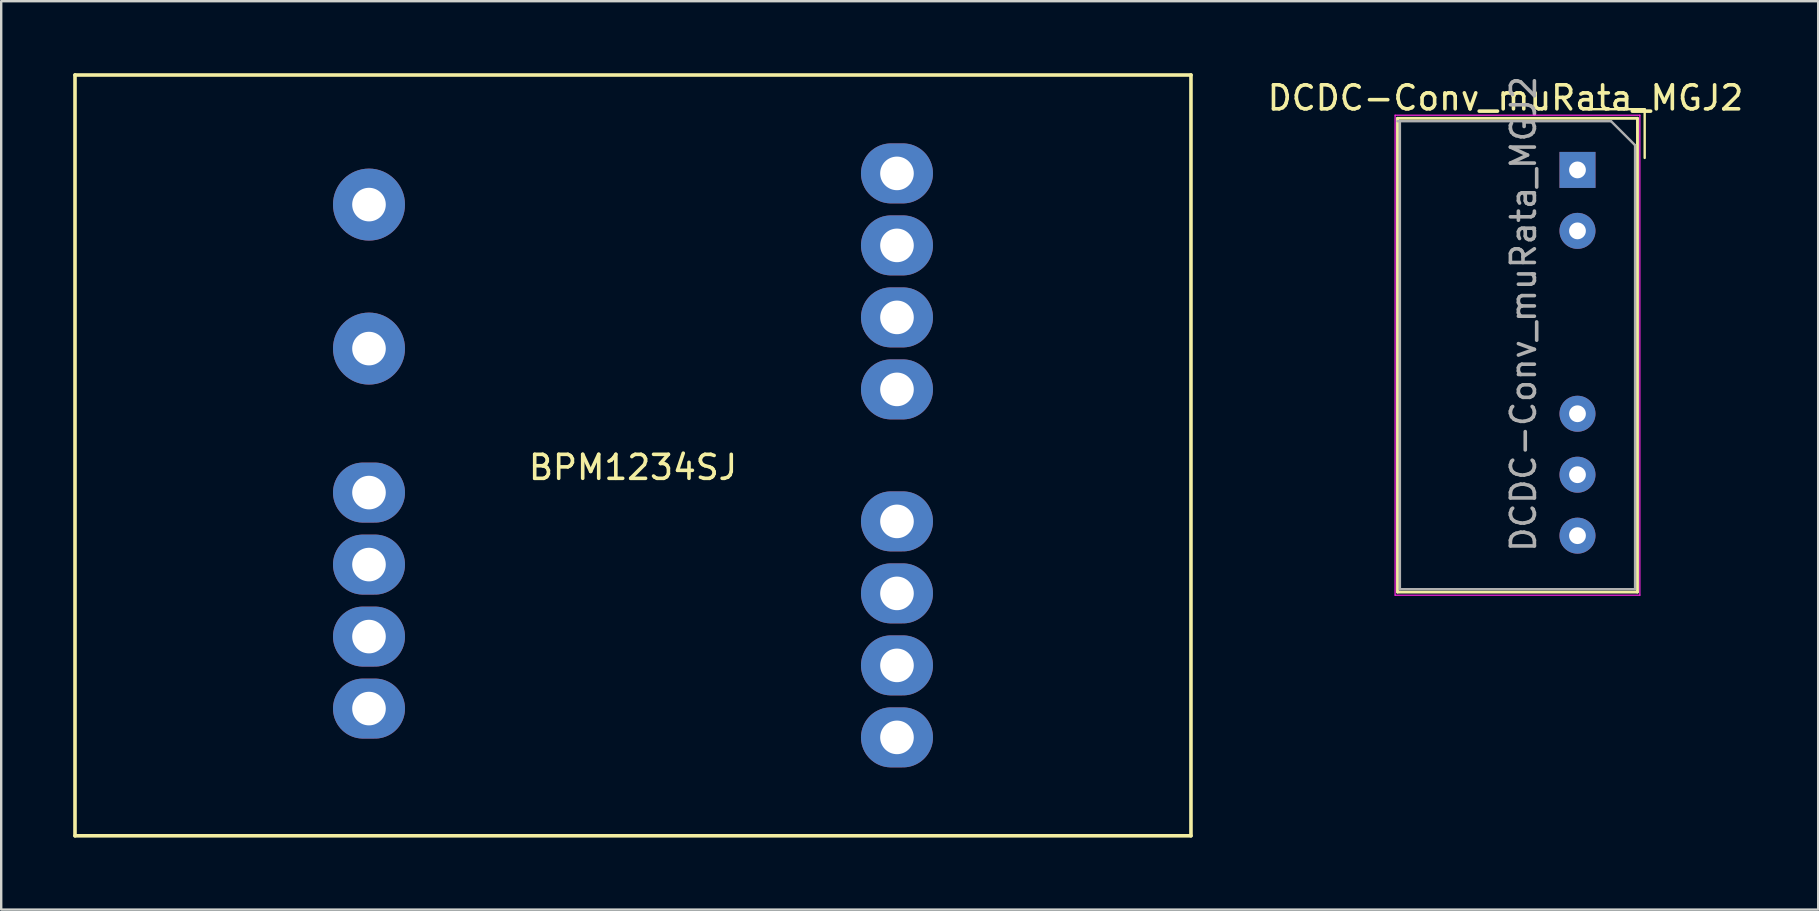
<source format=kicad_pcb>
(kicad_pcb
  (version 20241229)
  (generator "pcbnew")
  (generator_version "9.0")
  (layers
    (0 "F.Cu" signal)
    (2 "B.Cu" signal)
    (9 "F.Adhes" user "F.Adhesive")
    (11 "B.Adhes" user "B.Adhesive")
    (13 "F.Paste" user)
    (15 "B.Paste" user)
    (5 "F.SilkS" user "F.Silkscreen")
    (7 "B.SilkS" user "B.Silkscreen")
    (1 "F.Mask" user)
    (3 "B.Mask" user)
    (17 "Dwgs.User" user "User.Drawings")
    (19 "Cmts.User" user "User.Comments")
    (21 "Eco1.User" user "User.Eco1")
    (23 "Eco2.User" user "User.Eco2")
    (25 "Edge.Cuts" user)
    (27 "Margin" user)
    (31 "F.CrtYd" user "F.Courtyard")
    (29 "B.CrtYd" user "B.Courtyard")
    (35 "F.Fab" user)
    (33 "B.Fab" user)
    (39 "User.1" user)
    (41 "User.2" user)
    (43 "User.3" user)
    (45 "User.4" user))
  (footprint "BPM1234SJ"
    (layer "F.Cu")
    (at 23.325 15.925)
    (property "Reference" "BPM1234SJ" (at 0 0.5 0) (layer "F.SilkS") (effects (font (size 1 1) (thickness 0.15))))
    (attr through_hole)
    (fp_line (start -23.25 -15.85) (end -23.25 15.85) (stroke (width 0.15) (type solid)) (layer "F.SilkS"))
    (fp_line (start -23.25 -15.85) (end 23.25 -15.85) (stroke (width 0.15) (type solid)) (layer "F.SilkS"))
    (fp_line (start -23.25 15.85) (end 23.25 15.85) (stroke (width 0.15) (type solid)) (layer "F.SilkS"))
    (fp_line (start 23.25 15.85) (end 23.25 -15.85) (stroke (width 0.15) (type solid)) (layer "F.SilkS"))
    (pad "1" thru_hole circle (at -11 -10.45 90) (size 3 3) (drill 1.4) (layers "*.Cu" "*.Mask"))
    (pad "2" thru_hole circle (at -11 -4.45 90) (size 3 3) (drill 1.4) (layers "*.Cu" "*.Mask"))
    (pad "3" thru_hole oval (at -11 1.55 90) (size 2.5 3) (drill 1.4) (layers "*.Cu" "*.Mask"))
    (pad "4" thru_hole oval (at -11 10.55 90) (size 2.5 3) (drill 1.4) (layers "*.Cu" "*.Mask"))
    (pad "5" thru_hole oval (at -11 4.55 90) (size 2.5 3) (drill 1.4) (layers "*.Cu" "*.Mask"))
    (pad "6" thru_hole oval (at -11 7.55 90) (size 2.5 3) (drill 1.4) (layers "*.Cu" "*.Mask"))
    (pad "7" thru_hole oval (at 11 11.75 270) (size 2.5 3) (drill 1.4) (layers "*.Cu" "*.Mask"))
    (pad "8" thru_hole oval (at 11 8.75 90) (size 2.5 3) (drill 1.4) (layers "*.Cu" "*.Mask"))
    (pad "9" thru_hole oval (at 11 5.75 90) (size 2.5 3) (drill 1.4) (layers "*.Cu" "*.Mask"))
    (pad "10" thru_hole oval (at 11 2.75 90) (size 2.5 3) (drill 1.4) (layers "*.Cu" "*.Mask"))
    (pad "11" thru_hole oval (at 11 -2.75 90) (size 2.5 3) (drill 1.4) (layers "*.Cu" "*.Mask"))
    (pad "12" thru_hole oval (at 11 -5.75 90) (size 2.5 3) (drill 1.4) (layers "*.Cu" "*.Mask"))
    (pad "13" thru_hole oval (at 11 -8.75 90) (size 2.5 3) (drill 1.4) (layers "*.Cu" "*.Mask"))
    (pad "14" thru_hole oval (at 11 -11.75 90) (size 2.5 3) (drill 1.4) (layers "*.Cu" "*.Mask")))
  (footprint "DCDC-Conv_muRata_MGJ2"
    (layer "F.Cu")
    (at 62.68 4.03)
    (property "Reference" "DCDC-Conv_muRata_MGJ2" (at -3 -3 0) (layer "F.SilkS") (effects (font (size 1 1) (thickness 0.15))))
    (attr through_hole)
    (fp_line (start -7.5 -2.15) (end -7.5 17.59) (stroke (width 0.12) (type solid)) (layer "F.SilkS"))
    (fp_line (start -7.5 17.59) (end 2.5 17.59) (stroke (width 0.12) (type solid)) (layer "F.SilkS"))
    (fp_line (start 2.5 -2.15) (end -7.5 -2.15) (stroke (width 0.12) (type solid)) (layer "F.SilkS"))
    (fp_line (start 2.5 17.59) (end 2.5 -2.15) (stroke (width 0.12) (type solid)) (layer "F.SilkS"))
    (fp_line (start 2.8 -2.53) (end 0.5 -2.53) (stroke (width 0.1) (type solid)) (layer "F.SilkS"))
    (fp_line (start 2.8 -2.53) (end 2.8 -0.5) (stroke (width 0.1) (type solid)) (layer "F.SilkS"))
    (fp_line (start -7.6 -2.28) (end -7.6 17.72) (stroke (width 0.05) (type solid)) (layer "F.CrtYd"))
    (fp_line (start -7.6 17.72) (end 2.6 17.72) (stroke (width 0.05) (type solid)) (layer "F.CrtYd"))
    (fp_line (start 2.6 -2.28) (end -7.6 -2.28) (stroke (width 0.05) (type solid)) (layer "F.CrtYd"))
    (fp_line (start 2.6 17.72) (end 2.6 -2.28) (stroke (width 0.05) (type solid)) (layer "F.CrtYd"))
    (fp_line (start -7.4 -2.03) (end -7.4 17.47) (stroke (width 0.1) (type solid)) (layer "F.Fab"))
    (fp_line (start -7.4 17.47) (end 2.4 17.47) (stroke (width 0.1) (type solid)) (layer "F.Fab"))
    (fp_line (start 1.4 -2.03) (end -7.5 -2.03) (stroke (width 0.1) (type solid)) (layer "F.Fab"))
    (fp_line (start 1.4 -2.03) (end 2.4 -1.03) (stroke (width 0.1) (type solid)) (layer "F.Fab"))
    (fp_line (start 2.4 17.47) (end 2.4 -1.03) (stroke (width 0.1) (type solid)) (layer "F.Fab"))
    (fp_text user "${REFERENCE}" (at -2.25 6 90) (layer "F.Fab") (effects (font (size 1 1) (thickness 0.15))))
    (pad "1" thru_hole rect (at 0 0) (size 1.5 1.5) (drill 0.7) (layers "*.Cu" "*.Mask"))
    (pad "2" thru_hole oval (at 0 2.54) (size 1.5 1.5) (drill 0.7) (layers "*.Cu" "*.Mask"))
    (pad "5" thru_hole oval (at 0 10.16) (size 1.5 1.5) (drill 0.7) (layers "*.Cu" "*.Mask"))
    (pad "6" thru_hole oval (at 0 12.7) (size 1.5 1.5) (drill 0.7) (layers "*.Cu" "*.Mask"))
    (pad "7" thru_hole oval (at 0 15.24) (size 1.5 1.5) (drill 0.7) (layers "*.Cu" "*.Mask")))
  (gr_rect
    (start -3 -3)
    (end 72.71 34.85)
    (stroke (width 0.1) (type default))
    (fill no)
    (layer "Edge.Cuts")))
</source>
